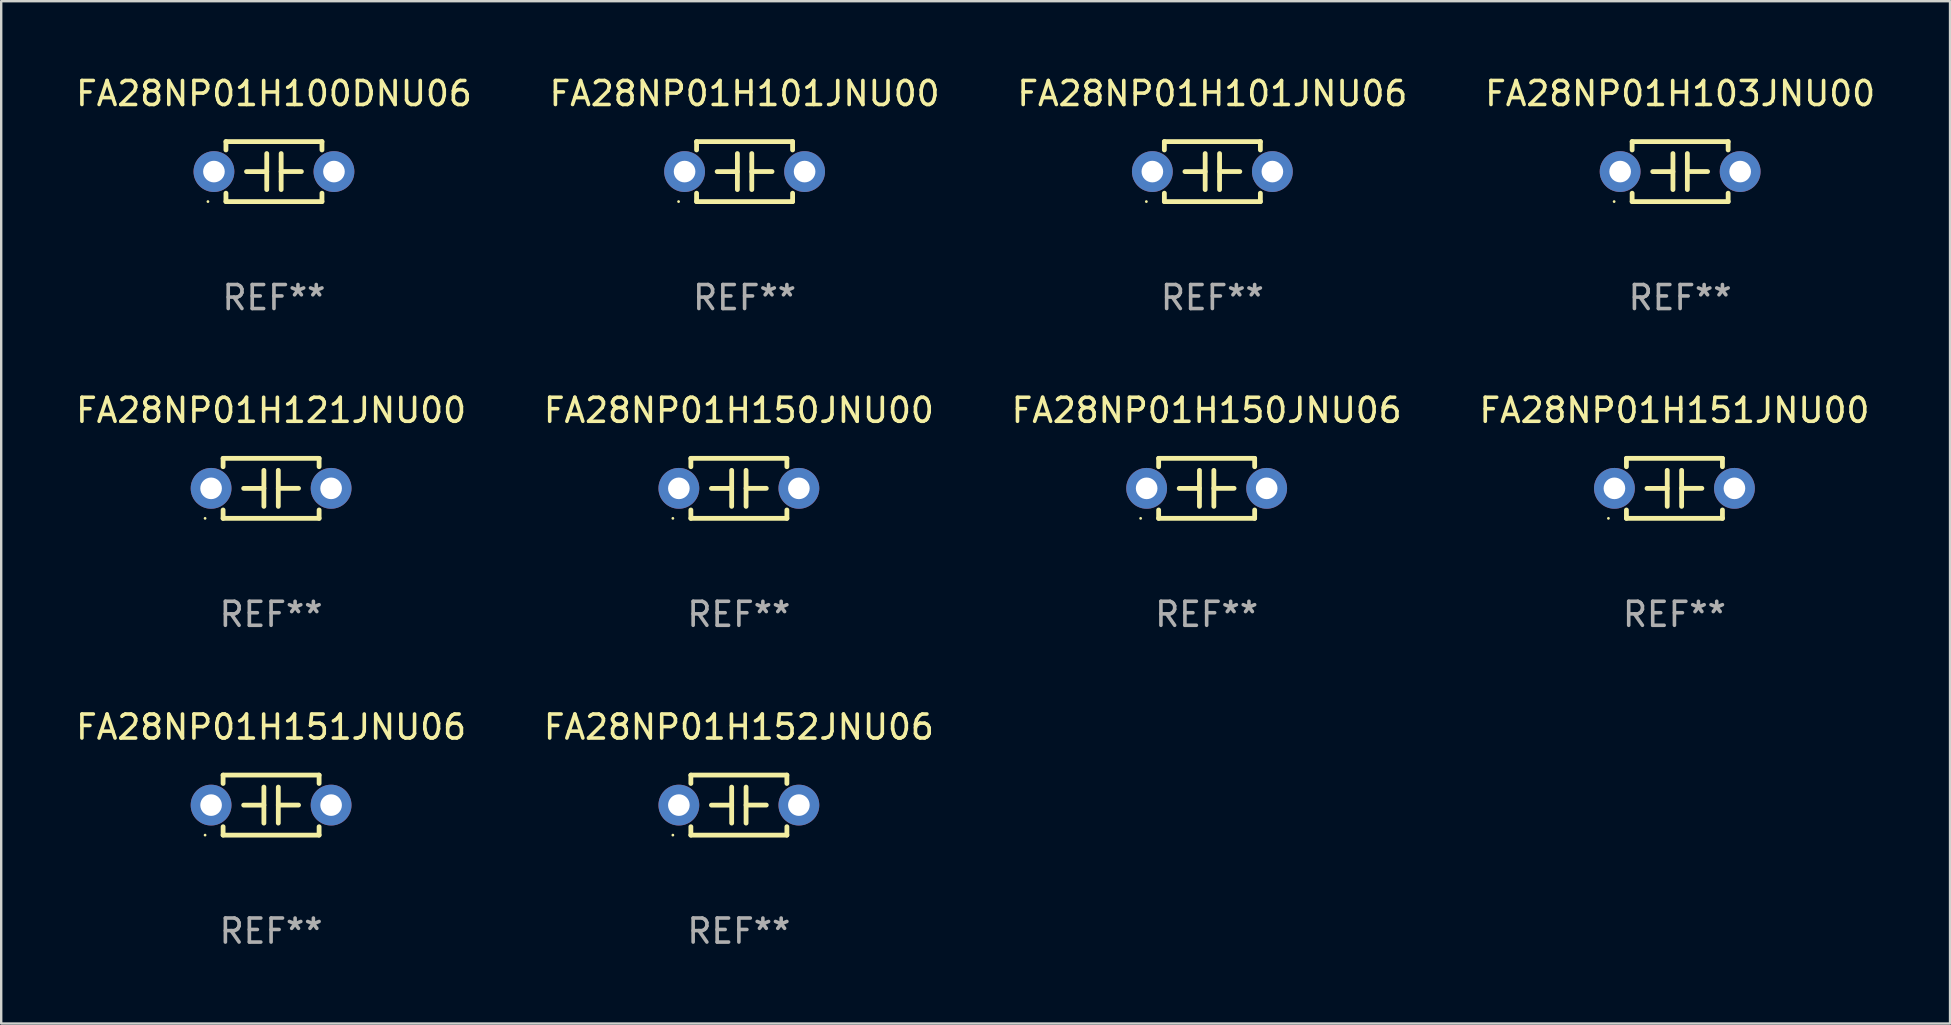
<source format=kicad_pcb>
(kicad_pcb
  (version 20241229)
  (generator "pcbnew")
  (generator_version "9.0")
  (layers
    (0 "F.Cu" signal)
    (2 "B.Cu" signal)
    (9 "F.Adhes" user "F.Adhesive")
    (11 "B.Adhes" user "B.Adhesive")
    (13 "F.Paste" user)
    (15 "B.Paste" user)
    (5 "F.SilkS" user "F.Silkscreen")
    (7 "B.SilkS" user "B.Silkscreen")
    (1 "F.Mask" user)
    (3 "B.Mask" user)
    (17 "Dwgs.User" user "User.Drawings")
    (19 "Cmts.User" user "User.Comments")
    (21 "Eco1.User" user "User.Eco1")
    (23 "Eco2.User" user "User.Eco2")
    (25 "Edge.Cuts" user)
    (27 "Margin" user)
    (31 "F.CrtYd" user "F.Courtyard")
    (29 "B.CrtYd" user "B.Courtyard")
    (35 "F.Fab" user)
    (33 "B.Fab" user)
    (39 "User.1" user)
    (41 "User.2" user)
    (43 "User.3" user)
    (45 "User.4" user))
  (footprint "FA28NP01H152JNU06"
    (layer "F.Cu")
    (at 27.732 30.491)
    (property "Reference" "FA28NP01H152JNU06" (at 0 -3.25 0) (layer "F.SilkS") (effects (font (size 1 1) (thickness 0.15))))
    (attr through_hole)
    (fp_line (start -2 -1.25) (end -2 -0.901) (stroke (width 0.2) (type solid)) (layer "F.SilkS"))
    (fp_line (start -2 -1.25) (end 2 -1.25) (stroke (width 0.2) (type solid)) (layer "F.SilkS"))
    (fp_line (start -2 0.901) (end -2 1.25) (stroke (width 0.2) (type solid)) (layer "F.SilkS"))
    (fp_line (start -0.3 -0.75) (end -0.3 0.75) (stroke (width 0.2) (type solid)) (layer "F.SilkS"))
    (fp_line (start -0.3 0.001) (end -1.143 0.001) (stroke (width 0.2) (type solid)) (layer "F.SilkS"))
    (fp_line (start 0.3 -0.001) (end 1.143 -0.001) (stroke (width 0.2) (type solid)) (layer "F.SilkS"))
    (fp_line (start 0.3 0.75) (end 0.3 -0.75) (stroke (width 0.2) (type solid)) (layer "F.SilkS"))
    (fp_line (start 2 -1.25) (end 2 -0.901) (stroke (width 0.2) (type solid)) (layer "F.SilkS"))
    (fp_line (start 2 0.901) (end 2 1.25) (stroke (width 0.2) (type solid)) (layer "F.SilkS"))
    (fp_line (start 2 1.25) (end -2 1.25) (stroke (width 0.2) (type solid)) (layer "F.SilkS"))
    (fp_circle (center -2.75 1.25) (end -2.72 1.25) (stroke (width 0.06) (type solid)) (fill no) (layer "F.SilkS"))
    (fp_text user "REF**" (at 0 5.25 0) (layer "F.Fab") (effects (font (size 1 1) (thickness 0.15))))
    (pad "1" thru_hole circle (at -2.5 0) (size 1.7 1.7) (drill 0.9) (layers "*.Cu" "*.Mask"))
    (pad "2" thru_hole circle (at 2.5 0) (size 1.7 1.7) (drill 0.9) (layers "*.Cu" "*.Mask")))
  (footprint "FA28NP01H150JNU00"
    (layer "F.Cu")
    (at 27.732 17.295)
    (property "Reference" "FA28NP01H150JNU00" (at 0 -3.25 0) (layer "F.SilkS") (effects (font (size 1 1) (thickness 0.15))))
    (attr through_hole)
    (fp_line (start -2 -1.25) (end -2 -0.901) (stroke (width 0.2) (type solid)) (layer "F.SilkS"))
    (fp_line (start -2 -1.25) (end 2 -1.25) (stroke (width 0.2) (type solid)) (layer "F.SilkS"))
    (fp_line (start -2 0.901) (end -2 1.25) (stroke (width 0.2) (type solid)) (layer "F.SilkS"))
    (fp_line (start -0.3 -0.75) (end -0.3 0.75) (stroke (width 0.2) (type solid)) (layer "F.SilkS"))
    (fp_line (start -0.3 0.001) (end -1.143 0.001) (stroke (width 0.2) (type solid)) (layer "F.SilkS"))
    (fp_line (start 0.3 -0.001) (end 1.143 -0.001) (stroke (width 0.2) (type solid)) (layer "F.SilkS"))
    (fp_line (start 0.3 0.75) (end 0.3 -0.75) (stroke (width 0.2) (type solid)) (layer "F.SilkS"))
    (fp_line (start 2 -1.25) (end 2 -0.901) (stroke (width 0.2) (type solid)) (layer "F.SilkS"))
    (fp_line (start 2 0.901) (end 2 1.25) (stroke (width 0.2) (type solid)) (layer "F.SilkS"))
    (fp_line (start 2 1.25) (end -2 1.25) (stroke (width 0.2) (type solid)) (layer "F.SilkS"))
    (fp_circle (center -2.75 1.25) (end -2.72 1.25) (stroke (width 0.06) (type solid)) (fill no) (layer "F.SilkS"))
    (fp_text user "REF**" (at 0 5.25 0) (layer "F.Fab") (effects (font (size 1 1) (thickness 0.15))))
    (pad "1" thru_hole circle (at -2.5 0) (size 1.7 1.7) (drill 0.9) (layers "*.Cu" "*.Mask"))
    (pad "2" thru_hole circle (at 2.5 0) (size 1.7 1.7) (drill 0.9) (layers "*.Cu" "*.Mask")))
  (footprint "FA28NP01H121JNU00"
    (layer "F.Cu")
    (at 8.244 17.295)
    (property "Reference" "FA28NP01H121JNU00" (at 0 -3.25 0) (layer "F.SilkS") (effects (font (size 1 1) (thickness 0.15))))
    (attr through_hole)
    (fp_line (start -2 -1.25) (end -2 -0.901) (stroke (width 0.2) (type solid)) (layer "F.SilkS"))
    (fp_line (start -2 -1.25) (end 2 -1.25) (stroke (width 0.2) (type solid)) (layer "F.SilkS"))
    (fp_line (start -2 0.901) (end -2 1.25) (stroke (width 0.2) (type solid)) (layer "F.SilkS"))
    (fp_line (start -0.3 -0.75) (end -0.3 0.75) (stroke (width 0.2) (type solid)) (layer "F.SilkS"))
    (fp_line (start -0.3 0.001) (end -1.143 0.001) (stroke (width 0.2) (type solid)) (layer "F.SilkS"))
    (fp_line (start 0.3 -0.001) (end 1.143 -0.001) (stroke (width 0.2) (type solid)) (layer "F.SilkS"))
    (fp_line (start 0.3 0.75) (end 0.3 -0.75) (stroke (width 0.2) (type solid)) (layer "F.SilkS"))
    (fp_line (start 2 -1.25) (end 2 -0.901) (stroke (width 0.2) (type solid)) (layer "F.SilkS"))
    (fp_line (start 2 0.901) (end 2 1.25) (stroke (width 0.2) (type solid)) (layer "F.SilkS"))
    (fp_line (start 2 1.25) (end -2 1.25) (stroke (width 0.2) (type solid)) (layer "F.SilkS"))
    (fp_circle (center -2.75 1.25) (end -2.72 1.25) (stroke (width 0.06) (type solid)) (fill no) (layer "F.SilkS"))
    (fp_text user "REF**" (at 0 5.25 0) (layer "F.Fab") (effects (font (size 1 1) (thickness 0.15))))
    (pad "1" thru_hole circle (at -2.5 0) (size 1.7 1.7) (drill 0.9) (layers "*.Cu" "*.Mask"))
    (pad "2" thru_hole circle (at 2.5 0) (size 1.7 1.7) (drill 0.9) (layers "*.Cu" "*.Mask")))
  (footprint "FA28NP01H151JNU00"
    (layer "F.Cu")
    (at 66.708 17.295)
    (property "Reference" "FA28NP01H151JNU00" (at 0 -3.25 0) (layer "F.SilkS") (effects (font (size 1 1) (thickness 0.15))))
    (attr through_hole)
    (fp_line (start -2 -1.25) (end -2 -0.901) (stroke (width 0.2) (type solid)) (layer "F.SilkS"))
    (fp_line (start -2 -1.25) (end 2 -1.25) (stroke (width 0.2) (type solid)) (layer "F.SilkS"))
    (fp_line (start -2 0.901) (end -2 1.25) (stroke (width 0.2) (type solid)) (layer "F.SilkS"))
    (fp_line (start -0.3 -0.75) (end -0.3 0.75) (stroke (width 0.2) (type solid)) (layer "F.SilkS"))
    (fp_line (start -0.3 0.001) (end -1.143 0.001) (stroke (width 0.2) (type solid)) (layer "F.SilkS"))
    (fp_line (start 0.3 -0.001) (end 1.143 -0.001) (stroke (width 0.2) (type solid)) (layer "F.SilkS"))
    (fp_line (start 0.3 0.75) (end 0.3 -0.75) (stroke (width 0.2) (type solid)) (layer "F.SilkS"))
    (fp_line (start 2 -1.25) (end 2 -0.901) (stroke (width 0.2) (type solid)) (layer "F.SilkS"))
    (fp_line (start 2 0.901) (end 2 1.25) (stroke (width 0.2) (type solid)) (layer "F.SilkS"))
    (fp_line (start 2 1.25) (end -2 1.25) (stroke (width 0.2) (type solid)) (layer "F.SilkS"))
    (fp_circle (center -2.75 1.25) (end -2.72 1.25) (stroke (width 0.06) (type solid)) (fill no) (layer "F.SilkS"))
    (fp_text user "REF**" (at 0 5.25 0) (layer "F.Fab") (effects (font (size 1 1) (thickness 0.15))))
    (pad "1" thru_hole circle (at -2.5 0) (size 1.7 1.7) (drill 0.9) (layers "*.Cu" "*.Mask"))
    (pad "2" thru_hole circle (at 2.5 0) (size 1.7 1.7) (drill 0.9) (layers "*.Cu" "*.Mask")))
  (footprint "FA28NP01H151JNU06"
    (layer "F.Cu")
    (at 8.244 30.491)
    (property "Reference" "FA28NP01H151JNU06" (at 0 -3.25 0) (layer "F.SilkS") (effects (font (size 1 1) (thickness 0.15))))
    (attr through_hole)
    (fp_line (start -2 -1.25) (end -2 -0.901) (stroke (width 0.2) (type solid)) (layer "F.SilkS"))
    (fp_line (start -2 -1.25) (end 2 -1.25) (stroke (width 0.2) (type solid)) (layer "F.SilkS"))
    (fp_line (start -2 0.901) (end -2 1.25) (stroke (width 0.2) (type solid)) (layer "F.SilkS"))
    (fp_line (start -0.3 -0.75) (end -0.3 0.75) (stroke (width 0.2) (type solid)) (layer "F.SilkS"))
    (fp_line (start -0.3 0.001) (end -1.143 0.001) (stroke (width 0.2) (type solid)) (layer "F.SilkS"))
    (fp_line (start 0.3 -0.001) (end 1.143 -0.001) (stroke (width 0.2) (type solid)) (layer "F.SilkS"))
    (fp_line (start 0.3 0.75) (end 0.3 -0.75) (stroke (width 0.2) (type solid)) (layer "F.SilkS"))
    (fp_line (start 2 -1.25) (end 2 -0.901) (stroke (width 0.2) (type solid)) (layer "F.SilkS"))
    (fp_line (start 2 0.901) (end 2 1.25) (stroke (width 0.2) (type solid)) (layer "F.SilkS"))
    (fp_line (start 2 1.25) (end -2 1.25) (stroke (width 0.2) (type solid)) (layer "F.SilkS"))
    (fp_circle (center -2.75 1.25) (end -2.72 1.25) (stroke (width 0.06) (type solid)) (fill no) (layer "F.SilkS"))
    (fp_text user "REF**" (at 0 5.25 0) (layer "F.Fab") (effects (font (size 1 1) (thickness 0.15))))
    (pad "1" thru_hole circle (at -2.5 0) (size 1.7 1.7) (drill 0.9) (layers "*.Cu" "*.Mask"))
    (pad "2" thru_hole circle (at 2.5 0) (size 1.7 1.7) (drill 0.9) (layers "*.Cu" "*.Mask")))
  (footprint "FA28NP01H101JNU00"
    (layer "F.Cu")
    (at 27.97 4.098)
    (property "Reference" "FA28NP01H101JNU00" (at 0 -3.25 0) (layer "F.SilkS") (effects (font (size 1 1) (thickness 0.15))))
    (attr through_hole)
    (fp_line (start -2 -1.25) (end -2 -0.901) (stroke (width 0.2) (type solid)) (layer "F.SilkS"))
    (fp_line (start -2 -1.25) (end 2 -1.25) (stroke (width 0.2) (type solid)) (layer "F.SilkS"))
    (fp_line (start -2 0.901) (end -2 1.25) (stroke (width 0.2) (type solid)) (layer "F.SilkS"))
    (fp_line (start -0.3 -0.75) (end -0.3 0.75) (stroke (width 0.2) (type solid)) (layer "F.SilkS"))
    (fp_line (start -0.3 0.001) (end -1.143 0.001) (stroke (width 0.2) (type solid)) (layer "F.SilkS"))
    (fp_line (start 0.3 -0.001) (end 1.143 -0.001) (stroke (width 0.2) (type solid)) (layer "F.SilkS"))
    (fp_line (start 0.3 0.75) (end 0.3 -0.75) (stroke (width 0.2) (type solid)) (layer "F.SilkS"))
    (fp_line (start 2 -1.25) (end 2 -0.901) (stroke (width 0.2) (type solid)) (layer "F.SilkS"))
    (fp_line (start 2 0.901) (end 2 1.25) (stroke (width 0.2) (type solid)) (layer "F.SilkS"))
    (fp_line (start 2 1.25) (end -2 1.25) (stroke (width 0.2) (type solid)) (layer "F.SilkS"))
    (fp_circle (center -2.75 1.25) (end -2.72 1.25) (stroke (width 0.06) (type solid)) (fill no) (layer "F.SilkS"))
    (fp_text user "REF**" (at 0 5.25 0) (layer "F.Fab") (effects (font (size 1 1) (thickness 0.15))))
    (pad "1" thru_hole circle (at -2.5 0) (size 1.7 1.7) (drill 0.9) (layers "*.Cu" "*.Mask"))
    (pad "2" thru_hole circle (at 2.5 0) (size 1.7 1.7) (drill 0.9) (layers "*.Cu" "*.Mask")))
  (footprint "FA28NP01H100DNU06"
    (layer "F.Cu")
    (at 8.363 4.098)
    (property "Reference" "FA28NP01H100DNU06" (at 0 -3.25 0) (layer "F.SilkS") (effects (font (size 1 1) (thickness 0.15))))
    (attr through_hole)
    (fp_line (start -2 -1.25) (end -2 -0.901) (stroke (width 0.2) (type solid)) (layer "F.SilkS"))
    (fp_line (start -2 -1.25) (end 2 -1.25) (stroke (width 0.2) (type solid)) (layer "F.SilkS"))
    (fp_line (start -2 0.901) (end -2 1.25) (stroke (width 0.2) (type solid)) (layer "F.SilkS"))
    (fp_line (start -0.3 -0.75) (end -0.3 0.75) (stroke (width 0.2) (type solid)) (layer "F.SilkS"))
    (fp_line (start -0.3 0.001) (end -1.143 0.001) (stroke (width 0.2) (type solid)) (layer "F.SilkS"))
    (fp_line (start 0.3 -0.001) (end 1.143 -0.001) (stroke (width 0.2) (type solid)) (layer "F.SilkS"))
    (fp_line (start 0.3 0.75) (end 0.3 -0.75) (stroke (width 0.2) (type solid)) (layer "F.SilkS"))
    (fp_line (start 2 -1.25) (end 2 -0.901) (stroke (width 0.2) (type solid)) (layer "F.SilkS"))
    (fp_line (start 2 0.901) (end 2 1.25) (stroke (width 0.2) (type solid)) (layer "F.SilkS"))
    (fp_line (start 2 1.25) (end -2 1.25) (stroke (width 0.2) (type solid)) (layer "F.SilkS"))
    (fp_circle (center -2.75 1.25) (end -2.72 1.25) (stroke (width 0.06) (type solid)) (fill no) (layer "F.SilkS"))
    (fp_text user "REF**" (at 0 5.25 0) (layer "F.Fab") (effects (font (size 1 1) (thickness 0.15))))
    (pad "1" thru_hole circle (at -2.5 0) (size 1.7 1.7) (drill 0.9) (layers "*.Cu" "*.Mask"))
    (pad "2" thru_hole circle (at 2.5 0) (size 1.7 1.7) (drill 0.9) (layers "*.Cu" "*.Mask")))
  (footprint "FA28NP01H150JNU06"
    (layer "F.Cu")
    (at 47.22 17.295)
    (property "Reference" "FA28NP01H150JNU06" (at 0 -3.25 0) (layer "F.SilkS") (effects (font (size 1 1) (thickness 0.15))))
    (attr through_hole)
    (fp_line (start -2 -1.25) (end -2 -0.901) (stroke (width 0.2) (type solid)) (layer "F.SilkS"))
    (fp_line (start -2 -1.25) (end 2 -1.25) (stroke (width 0.2) (type solid)) (layer "F.SilkS"))
    (fp_line (start -2 0.901) (end -2 1.25) (stroke (width 0.2) (type solid)) (layer "F.SilkS"))
    (fp_line (start -0.3 -0.75) (end -0.3 0.75) (stroke (width 0.2) (type solid)) (layer "F.SilkS"))
    (fp_line (start -0.3 0.001) (end -1.143 0.001) (stroke (width 0.2) (type solid)) (layer "F.SilkS"))
    (fp_line (start 0.3 -0.001) (end 1.143 -0.001) (stroke (width 0.2) (type solid)) (layer "F.SilkS"))
    (fp_line (start 0.3 0.75) (end 0.3 -0.75) (stroke (width 0.2) (type solid)) (layer "F.SilkS"))
    (fp_line (start 2 -1.25) (end 2 -0.901) (stroke (width 0.2) (type solid)) (layer "F.SilkS"))
    (fp_line (start 2 0.901) (end 2 1.25) (stroke (width 0.2) (type solid)) (layer "F.SilkS"))
    (fp_line (start 2 1.25) (end -2 1.25) (stroke (width 0.2) (type solid)) (layer "F.SilkS"))
    (fp_circle (center -2.75 1.25) (end -2.72 1.25) (stroke (width 0.06) (type solid)) (fill no) (layer "F.SilkS"))
    (fp_text user "REF**" (at 0 5.25 0) (layer "F.Fab") (effects (font (size 1 1) (thickness 0.15))))
    (pad "1" thru_hole circle (at -2.5 0) (size 1.7 1.7) (drill 0.9) (layers "*.Cu" "*.Mask"))
    (pad "2" thru_hole circle (at 2.5 0) (size 1.7 1.7) (drill 0.9) (layers "*.Cu" "*.Mask")))
  (footprint "FA28NP01H101JNU06"
    (layer "F.Cu")
    (at 47.458 4.098)
    (property "Reference" "FA28NP01H101JNU06" (at 0 -3.25 0) (layer "F.SilkS") (effects (font (size 1 1) (thickness 0.15))))
    (attr through_hole)
    (fp_line (start -2 -1.25) (end -2 -0.901) (stroke (width 0.2) (type solid)) (layer "F.SilkS"))
    (fp_line (start -2 -1.25) (end 2 -1.25) (stroke (width 0.2) (type solid)) (layer "F.SilkS"))
    (fp_line (start -2 0.901) (end -2 1.25) (stroke (width 0.2) (type solid)) (layer "F.SilkS"))
    (fp_line (start -0.3 -0.75) (end -0.3 0.75) (stroke (width 0.2) (type solid)) (layer "F.SilkS"))
    (fp_line (start -0.3 0.001) (end -1.143 0.001) (stroke (width 0.2) (type solid)) (layer "F.SilkS"))
    (fp_line (start 0.3 -0.001) (end 1.143 -0.001) (stroke (width 0.2) (type solid)) (layer "F.SilkS"))
    (fp_line (start 0.3 0.75) (end 0.3 -0.75) (stroke (width 0.2) (type solid)) (layer "F.SilkS"))
    (fp_line (start 2 -1.25) (end 2 -0.901) (stroke (width 0.2) (type solid)) (layer "F.SilkS"))
    (fp_line (start 2 0.901) (end 2 1.25) (stroke (width 0.2) (type solid)) (layer "F.SilkS"))
    (fp_line (start 2 1.25) (end -2 1.25) (stroke (width 0.2) (type solid)) (layer "F.SilkS"))
    (fp_circle (center -2.75 1.25) (end -2.72 1.25) (stroke (width 0.06) (type solid)) (fill no) (layer "F.SilkS"))
    (fp_text user "REF**" (at 0 5.25 0) (layer "F.Fab") (effects (font (size 1 1) (thickness 0.15))))
    (pad "1" thru_hole circle (at -2.5 0) (size 1.7 1.7) (drill 0.9) (layers "*.Cu" "*.Mask"))
    (pad "2" thru_hole circle (at 2.5 0) (size 1.7 1.7) (drill 0.9) (layers "*.Cu" "*.Mask")))
  (footprint "FA28NP01H103JNU00"
    (layer "F.Cu")
    (at 66.946 4.098)
    (property "Reference" "FA28NP01H103JNU00" (at 0 -3.25 0) (layer "F.SilkS") (effects (font (size 1 1) (thickness 0.15))))
    (attr through_hole)
    (fp_line (start -2 -1.25) (end -2 -0.901) (stroke (width 0.2) (type solid)) (layer "F.SilkS"))
    (fp_line (start -2 -1.25) (end 2 -1.25) (stroke (width 0.2) (type solid)) (layer "F.SilkS"))
    (fp_line (start -2 0.901) (end -2 1.25) (stroke (width 0.2) (type solid)) (layer "F.SilkS"))
    (fp_line (start -0.3 -0.75) (end -0.3 0.75) (stroke (width 0.2) (type solid)) (layer "F.SilkS"))
    (fp_line (start -0.3 0.001) (end -1.143 0.001) (stroke (width 0.2) (type solid)) (layer "F.SilkS"))
    (fp_line (start 0.3 -0.001) (end 1.143 -0.001) (stroke (width 0.2) (type solid)) (layer "F.SilkS"))
    (fp_line (start 0.3 0.75) (end 0.3 -0.75) (stroke (width 0.2) (type solid)) (layer "F.SilkS"))
    (fp_line (start 2 -1.25) (end 2 -0.901) (stroke (width 0.2) (type solid)) (layer "F.SilkS"))
    (fp_line (start 2 0.901) (end 2 1.25) (stroke (width 0.2) (type solid)) (layer "F.SilkS"))
    (fp_line (start 2 1.25) (end -2 1.25) (stroke (width 0.2) (type solid)) (layer "F.SilkS"))
    (fp_circle (center -2.75 1.25) (end -2.72 1.25) (stroke (width 0.06) (type solid)) (fill no) (layer "F.SilkS"))
    (fp_text user "REF**" (at 0 5.25 0) (layer "F.Fab") (effects (font (size 1 1) (thickness 0.15))))
    (pad "1" thru_hole circle (at -2.5 0) (size 1.7 1.7) (drill 0.9) (layers "*.Cu" "*.Mask"))
    (pad "2" thru_hole circle (at 2.5 0) (size 1.7 1.7) (drill 0.9) (layers "*.Cu" "*.Mask")))
  (gr_rect
    (start -3 -3)
    (end 78.19 39.59)
    (stroke (width 0.1) (type default))
    (fill no)
    (layer "Edge.Cuts")))
</source>
